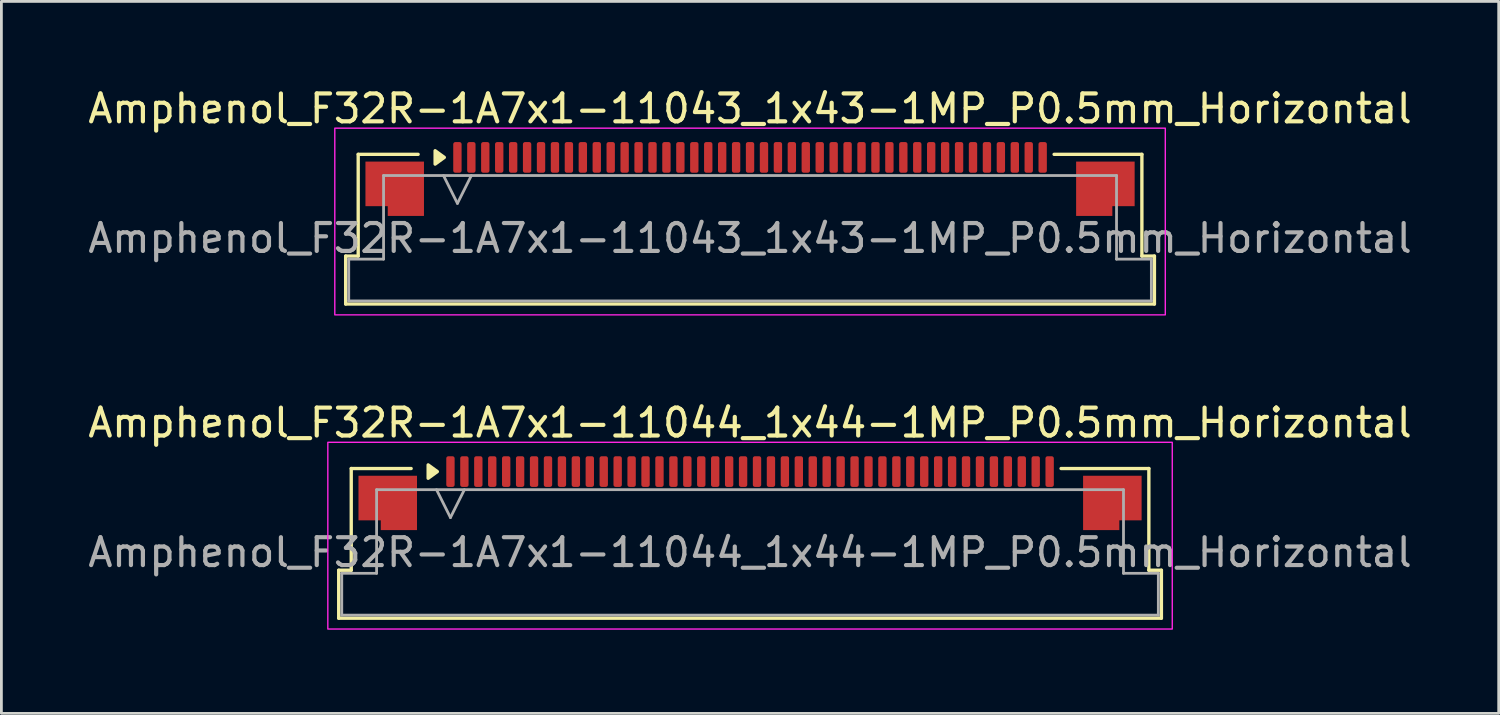
<source format=kicad_pcb>
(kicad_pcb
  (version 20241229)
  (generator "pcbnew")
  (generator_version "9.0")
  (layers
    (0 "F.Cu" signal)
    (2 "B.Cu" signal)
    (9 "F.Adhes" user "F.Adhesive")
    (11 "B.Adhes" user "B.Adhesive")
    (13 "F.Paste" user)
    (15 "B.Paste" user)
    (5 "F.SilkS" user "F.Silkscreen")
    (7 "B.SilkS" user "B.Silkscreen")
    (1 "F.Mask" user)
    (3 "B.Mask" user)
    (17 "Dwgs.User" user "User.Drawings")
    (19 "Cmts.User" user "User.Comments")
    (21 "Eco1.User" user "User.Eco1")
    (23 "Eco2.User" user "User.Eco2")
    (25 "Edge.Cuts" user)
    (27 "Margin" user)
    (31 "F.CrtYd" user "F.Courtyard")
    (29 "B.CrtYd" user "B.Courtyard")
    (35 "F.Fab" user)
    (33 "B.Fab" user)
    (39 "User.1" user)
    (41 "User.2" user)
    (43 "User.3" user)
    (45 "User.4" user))
  (footprint "Amphenol_F32R-1A7x1-11044_1x44-1MP_P0.5mm_Horizontal"
    (layer "F.Cu")
    (at 23.863 16.771)
    (property "Reference" "Amphenol_F32R-1A7x1-11044_1x44-1MP_P0.5mm_Horizontal" (at 0 -4.65 0) (layer "F.SilkS") (effects (font (size 1 1) (thickness 0.15))))
    (attr smd)
    (fp_line (start -14.76 0.64) (end -14.31 0.64) (stroke (width 0.12) (type solid)) (layer "F.SilkS"))
    (fp_line (start -14.76 2.36) (end -14.76 0.64) (stroke (width 0.12) (type solid)) (layer "F.SilkS"))
    (fp_line (start -14.31 -3.01) (end -12.16 -3.01) (stroke (width 0.12) (type solid)) (layer "F.SilkS"))
    (fp_line (start -14.31 0.64) (end -14.31 -3.01) (stroke (width 0.12) (type solid)) (layer "F.SilkS"))
    (fp_line (start 11.16 -3.01) (end 14.31 -3.01) (stroke (width 0.12) (type solid)) (layer "F.SilkS"))
    (fp_line (start 14.31 -3.01) (end 14.31 0.64) (stroke (width 0.12) (type solid)) (layer "F.SilkS"))
    (fp_line (start 14.31 0.64) (end 14.76 0.64) (stroke (width 0.12) (type solid)) (layer "F.SilkS"))
    (fp_line (start 14.76 0.64) (end 14.76 2.36) (stroke (width 0.12) (type solid)) (layer "F.SilkS"))
    (fp_line (start 14.76 2.36) (end -14.76 2.36) (stroke (width 0.12) (type solid)) (layer "F.SilkS"))
    (fp_poly (pts (xy -11.22 -2.9) (xy -11.55 -2.66) (xy -11.55 -3.14)) (stroke (width 0.12) (type solid)) (fill yes) (layer "F.SilkS"))
    (fp_rect (start -15.15 -3.95) (end 15.15 2.75) (stroke (width 0.05) (type solid)) (fill no) (layer "F.CrtYd"))
    (fp_line (start -14.65 0.75) (end -13.4 0.75) (stroke (width 0.1) (type solid)) (layer "F.Fab"))
    (fp_line (start -14.65 2.25) (end -14.65 0.75) (stroke (width 0.1) (type solid)) (layer "F.Fab"))
    (fp_line (start -13.4 -2.25) (end 13.4 -2.25) (stroke (width 0.1) (type solid)) (layer "F.Fab"))
    (fp_line (start -13.4 0.75) (end -13.4 -2.25) (stroke (width 0.1) (type solid)) (layer "F.Fab"))
    (fp_line (start -11.25 -2.25) (end -10.75 -1.25) (stroke (width 0.1) (type solid)) (layer "F.Fab"))
    (fp_line (start -10.75 -1.25) (end -10.25 -2.25) (stroke (width 0.1) (type solid)) (layer "F.Fab"))
    (fp_line (start 13.4 -2.25) (end 13.4 0.75) (stroke (width 0.1) (type solid)) (layer "F.Fab"))
    (fp_line (start 13.4 0.75) (end 14.65 0.75) (stroke (width 0.1) (type solid)) (layer "F.Fab"))
    (fp_line (start 14.65 0.75) (end 14.65 2.25) (stroke (width 0.1) (type solid)) (layer "F.Fab"))
    (fp_line (start 14.65 2.25) (end -14.65 2.25) (stroke (width 0.1) (type solid)) (layer "F.Fab"))
    (fp_text user "${REFERENCE}" (at 0 0 0) (layer "F.Fab") (effects (font (size 1 1) (thickness 0.15))))
    (pad "1" smd roundrect (at -10.75 -2.9) (size 0.3 1.1) (layers "F.Cu" "F.Mask" "F.Paste") (roundrect_rratio 0.25))
    (pad "2" smd roundrect (at -10.25 -2.9) (size 0.3 1.1) (layers "F.Cu" "F.Mask" "F.Paste") (roundrect_rratio 0.25))
    (pad "3" smd roundrect (at -9.75 -2.9) (size 0.3 1.1) (layers "F.Cu" "F.Mask" "F.Paste") (roundrect_rratio 0.25))
    (pad "4" smd roundrect (at -9.25 -2.9) (size 0.3 1.1) (layers "F.Cu" "F.Mask" "F.Paste") (roundrect_rratio 0.25))
    (pad "5" smd roundrect (at -8.75 -2.9) (size 0.3 1.1) (layers "F.Cu" "F.Mask" "F.Paste") (roundrect_rratio 0.25))
    (pad "6" smd roundrect (at -8.25 -2.9) (size 0.3 1.1) (layers "F.Cu" "F.Mask" "F.Paste") (roundrect_rratio 0.25))
    (pad "7" smd roundrect (at -7.75 -2.9) (size 0.3 1.1) (layers "F.Cu" "F.Mask" "F.Paste") (roundrect_rratio 0.25))
    (pad "8" smd roundrect (at -7.25 -2.9) (size 0.3 1.1) (layers "F.Cu" "F.Mask" "F.Paste") (roundrect_rratio 0.25))
    (pad "9" smd roundrect (at -6.75 -2.9) (size 0.3 1.1) (layers "F.Cu" "F.Mask" "F.Paste") (roundrect_rratio 0.25))
    (pad "10" smd roundrect (at -6.25 -2.9) (size 0.3 1.1) (layers "F.Cu" "F.Mask" "F.Paste") (roundrect_rratio 0.25))
    (pad "11" smd roundrect (at -5.75 -2.9) (size 0.3 1.1) (layers "F.Cu" "F.Mask" "F.Paste") (roundrect_rratio 0.25))
    (pad "12" smd roundrect (at -5.25 -2.9) (size 0.3 1.1) (layers "F.Cu" "F.Mask" "F.Paste") (roundrect_rratio 0.25))
    (pad "13" smd roundrect (at -4.75 -2.9) (size 0.3 1.1) (layers "F.Cu" "F.Mask" "F.Paste") (roundrect_rratio 0.25))
    (pad "14" smd roundrect (at -4.25 -2.9) (size 0.3 1.1) (layers "F.Cu" "F.Mask" "F.Paste") (roundrect_rratio 0.25))
    (pad "15" smd roundrect (at -3.75 -2.9) (size 0.3 1.1) (layers "F.Cu" "F.Mask" "F.Paste") (roundrect_rratio 0.25))
    (pad "16" smd roundrect (at -3.25 -2.9) (size 0.3 1.1) (layers "F.Cu" "F.Mask" "F.Paste") (roundrect_rratio 0.25))
    (pad "17" smd roundrect (at -2.75 -2.9) (size 0.3 1.1) (layers "F.Cu" "F.Mask" "F.Paste") (roundrect_rratio 0.25))
    (pad "18" smd roundrect (at -2.25 -2.9) (size 0.3 1.1) (layers "F.Cu" "F.Mask" "F.Paste") (roundrect_rratio 0.25))
    (pad "19" smd roundrect (at -1.75 -2.9) (size 0.3 1.1) (layers "F.Cu" "F.Mask" "F.Paste") (roundrect_rratio 0.25))
    (pad "20" smd roundrect (at -1.25 -2.9) (size 0.3 1.1) (layers "F.Cu" "F.Mask" "F.Paste") (roundrect_rratio 0.25))
    (pad "21" smd roundrect (at -0.75 -2.9) (size 0.3 1.1) (layers "F.Cu" "F.Mask" "F.Paste") (roundrect_rratio 0.25))
    (pad "22" smd roundrect (at -0.25 -2.9) (size 0.3 1.1) (layers "F.Cu" "F.Mask" "F.Paste") (roundrect_rratio 0.25))
    (pad "23" smd roundrect (at 0.25 -2.9) (size 0.3 1.1) (layers "F.Cu" "F.Mask" "F.Paste") (roundrect_rratio 0.25))
    (pad "24" smd roundrect (at 0.75 -2.9) (size 0.3 1.1) (layers "F.Cu" "F.Mask" "F.Paste") (roundrect_rratio 0.25))
    (pad "25" smd roundrect (at 1.25 -2.9) (size 0.3 1.1) (layers "F.Cu" "F.Mask" "F.Paste") (roundrect_rratio 0.25))
    (pad "26" smd roundrect (at 1.75 -2.9) (size 0.3 1.1) (layers "F.Cu" "F.Mask" "F.Paste") (roundrect_rratio 0.25))
    (pad "27" smd roundrect (at 2.25 -2.9) (size 0.3 1.1) (layers "F.Cu" "F.Mask" "F.Paste") (roundrect_rratio 0.25))
    (pad "28" smd roundrect (at 2.75 -2.9) (size 0.3 1.1) (layers "F.Cu" "F.Mask" "F.Paste") (roundrect_rratio 0.25))
    (pad "29" smd roundrect (at 3.25 -2.9) (size 0.3 1.1) (layers "F.Cu" "F.Mask" "F.Paste") (roundrect_rratio 0.25))
    (pad "30" smd roundrect (at 3.75 -2.9) (size 0.3 1.1) (layers "F.Cu" "F.Mask" "F.Paste") (roundrect_rratio 0.25))
    (pad "31" smd roundrect (at 4.25 -2.9) (size 0.3 1.1) (layers "F.Cu" "F.Mask" "F.Paste") (roundrect_rratio 0.25))
    (pad "32" smd roundrect (at 4.75 -2.9) (size 0.3 1.1) (layers "F.Cu" "F.Mask" "F.Paste") (roundrect_rratio 0.25))
    (pad "33" smd roundrect (at 5.25 -2.9) (size 0.3 1.1) (layers "F.Cu" "F.Mask" "F.Paste") (roundrect_rratio 0.25))
    (pad "34" smd roundrect (at 5.75 -2.9) (size 0.3 1.1) (layers "F.Cu" "F.Mask" "F.Paste") (roundrect_rratio 0.25))
    (pad "35" smd roundrect (at 6.25 -2.9) (size 0.3 1.1) (layers "F.Cu" "F.Mask" "F.Paste") (roundrect_rratio 0.25))
    (pad "36" smd roundrect (at 6.75 -2.9) (size 0.3 1.1) (layers "F.Cu" "F.Mask" "F.Paste") (roundrect_rratio 0.25))
    (pad "37" smd roundrect (at 7.25 -2.9) (size 0.3 1.1) (layers "F.Cu" "F.Mask" "F.Paste") (roundrect_rratio 0.25))
    (pad "38" smd roundrect (at 7.75 -2.9) (size 0.3 1.1) (layers "F.Cu" "F.Mask" "F.Paste") (roundrect_rratio 0.25))
    (pad "39" smd roundrect (at 8.25 -2.9) (size 0.3 1.1) (layers "F.Cu" "F.Mask" "F.Paste") (roundrect_rratio 0.25))
    (pad "40" smd roundrect (at 8.75 -2.9) (size 0.3 1.1) (layers "F.Cu" "F.Mask" "F.Paste") (roundrect_rratio 0.25))
    (pad "41" smd roundrect (at 9.25 -2.9) (size 0.3 1.1) (layers "F.Cu" "F.Mask" "F.Paste") (roundrect_rratio 0.25))
    (pad "42" smd roundrect (at 9.75 -2.9) (size 0.3 1.1) (layers "F.Cu" "F.Mask" "F.Paste") (roundrect_rratio 0.25))
    (pad "43" smd roundrect (at 10.25 -2.9) (size 0.3 1.1) (layers "F.Cu" "F.Mask" "F.Paste") (roundrect_rratio 0.25))
    (pad "44" smd roundrect (at 10.75 -2.9) (size 0.3 1.1) (layers "F.Cu" "F.Mask" "F.Paste") (roundrect_rratio 0.25))
    (pad "MP" smd custom (at -13 -1.775) (size 1 1) (layers "F.Cu" "F.Mask" "F.Paste") (options (anchor circle)) (primitives (gr_poly (pts (xy 1.05 -0.975) (xy 1.05 0.975) (xy -0.25 0.975) (xy -0.25 0.625) (xy -1.05 0.625) (xy -1.05 -0.975)) (width 0) (fill yes))))
    (pad "MP" smd custom (at 13 -1.775) (size 1 1) (layers "F.Cu" "F.Mask" "F.Paste") (options (anchor circle)) (primitives (gr_poly (pts (xy -1.05 -0.975) (xy -1.05 0.975) (xy 0.25 0.975) (xy 0.25 0.625) (xy 1.05 0.625) (xy 1.05 -0.975)) (width 0) (fill yes)))))
  (footprint "Amphenol_F32R-1A7x1-11043_1x43-1MP_P0.5mm_Horizontal"
    (layer "F.Cu")
    (at 23.863 5.498)
    (property "Reference" "Amphenol_F32R-1A7x1-11043_1x43-1MP_P0.5mm_Horizontal" (at 0 -4.65 0) (layer "F.SilkS") (effects (font (size 1 1) (thickness 0.15))))
    (attr smd)
    (fp_line (start -14.51 0.64) (end -14.06 0.64) (stroke (width 0.12) (type solid)) (layer "F.SilkS"))
    (fp_line (start -14.51 2.36) (end -14.51 0.64) (stroke (width 0.12) (type solid)) (layer "F.SilkS"))
    (fp_line (start -14.06 -3.01) (end -11.91 -3.01) (stroke (width 0.12) (type solid)) (layer "F.SilkS"))
    (fp_line (start -14.06 0.64) (end -14.06 -3.01) (stroke (width 0.12) (type solid)) (layer "F.SilkS"))
    (fp_line (start 10.91 -3.01) (end 14.06 -3.01) (stroke (width 0.12) (type solid)) (layer "F.SilkS"))
    (fp_line (start 14.06 -3.01) (end 14.06 0.64) (stroke (width 0.12) (type solid)) (layer "F.SilkS"))
    (fp_line (start 14.06 0.64) (end 14.51 0.64) (stroke (width 0.12) (type solid)) (layer "F.SilkS"))
    (fp_line (start 14.51 0.64) (end 14.51 2.36) (stroke (width 0.12) (type solid)) (layer "F.SilkS"))
    (fp_line (start 14.51 2.36) (end -14.51 2.36) (stroke (width 0.12) (type solid)) (layer "F.SilkS"))
    (fp_poly (pts (xy -10.97 -2.9) (xy -11.3 -2.66) (xy -11.3 -3.14)) (stroke (width 0.12) (type solid)) (fill yes) (layer "F.SilkS"))
    (fp_rect (start -14.9 -3.95) (end 14.9 2.75) (stroke (width 0.05) (type solid)) (fill no) (layer "F.CrtYd"))
    (fp_line (start -14.4 0.75) (end -13.15 0.75) (stroke (width 0.1) (type solid)) (layer "F.Fab"))
    (fp_line (start -14.4 2.25) (end -14.4 0.75) (stroke (width 0.1) (type solid)) (layer "F.Fab"))
    (fp_line (start -13.15 -2.25) (end 13.15 -2.25) (stroke (width 0.1) (type solid)) (layer "F.Fab"))
    (fp_line (start -13.15 0.75) (end -13.15 -2.25) (stroke (width 0.1) (type solid)) (layer "F.Fab"))
    (fp_line (start -11 -2.25) (end -10.5 -1.25) (stroke (width 0.1) (type solid)) (layer "F.Fab"))
    (fp_line (start -10.5 -1.25) (end -10 -2.25) (stroke (width 0.1) (type solid)) (layer "F.Fab"))
    (fp_line (start 13.15 -2.25) (end 13.15 0.75) (stroke (width 0.1) (type solid)) (layer "F.Fab"))
    (fp_line (start 13.15 0.75) (end 14.4 0.75) (stroke (width 0.1) (type solid)) (layer "F.Fab"))
    (fp_line (start 14.4 0.75) (end 14.4 2.25) (stroke (width 0.1) (type solid)) (layer "F.Fab"))
    (fp_line (start 14.4 2.25) (end -14.4 2.25) (stroke (width 0.1) (type solid)) (layer "F.Fab"))
    (fp_text user "${REFERENCE}" (at 0 0 0) (layer "F.Fab") (effects (font (size 1 1) (thickness 0.15))))
    (pad "1" smd roundrect (at -10.5 -2.9) (size 0.3 1.1) (layers "F.Cu" "F.Mask" "F.Paste") (roundrect_rratio 0.25))
    (pad "2" smd roundrect (at -10 -2.9) (size 0.3 1.1) (layers "F.Cu" "F.Mask" "F.Paste") (roundrect_rratio 0.25))
    (pad "3" smd roundrect (at -9.5 -2.9) (size 0.3 1.1) (layers "F.Cu" "F.Mask" "F.Paste") (roundrect_rratio 0.25))
    (pad "4" smd roundrect (at -9 -2.9) (size 0.3 1.1) (layers "F.Cu" "F.Mask" "F.Paste") (roundrect_rratio 0.25))
    (pad "5" smd roundrect (at -8.5 -2.9) (size 0.3 1.1) (layers "F.Cu" "F.Mask" "F.Paste") (roundrect_rratio 0.25))
    (pad "6" smd roundrect (at -8 -2.9) (size 0.3 1.1) (layers "F.Cu" "F.Mask" "F.Paste") (roundrect_rratio 0.25))
    (pad "7" smd roundrect (at -7.5 -2.9) (size 0.3 1.1) (layers "F.Cu" "F.Mask" "F.Paste") (roundrect_rratio 0.25))
    (pad "8" smd roundrect (at -7 -2.9) (size 0.3 1.1) (layers "F.Cu" "F.Mask" "F.Paste") (roundrect_rratio 0.25))
    (pad "9" smd roundrect (at -6.5 -2.9) (size 0.3 1.1) (layers "F.Cu" "F.Mask" "F.Paste") (roundrect_rratio 0.25))
    (pad "10" smd roundrect (at -6 -2.9) (size 0.3 1.1) (layers "F.Cu" "F.Mask" "F.Paste") (roundrect_rratio 0.25))
    (pad "11" smd roundrect (at -5.5 -2.9) (size 0.3 1.1) (layers "F.Cu" "F.Mask" "F.Paste") (roundrect_rratio 0.25))
    (pad "12" smd roundrect (at -5 -2.9) (size 0.3 1.1) (layers "F.Cu" "F.Mask" "F.Paste") (roundrect_rratio 0.25))
    (pad "13" smd roundrect (at -4.5 -2.9) (size 0.3 1.1) (layers "F.Cu" "F.Mask" "F.Paste") (roundrect_rratio 0.25))
    (pad "14" smd roundrect (at -4 -2.9) (size 0.3 1.1) (layers "F.Cu" "F.Mask" "F.Paste") (roundrect_rratio 0.25))
    (pad "15" smd roundrect (at -3.5 -2.9) (size 0.3 1.1) (layers "F.Cu" "F.Mask" "F.Paste") (roundrect_rratio 0.25))
    (pad "16" smd roundrect (at -3 -2.9) (size 0.3 1.1) (layers "F.Cu" "F.Mask" "F.Paste") (roundrect_rratio 0.25))
    (pad "17" smd roundrect (at -2.5 -2.9) (size 0.3 1.1) (layers "F.Cu" "F.Mask" "F.Paste") (roundrect_rratio 0.25))
    (pad "18" smd roundrect (at -2 -2.9) (size 0.3 1.1) (layers "F.Cu" "F.Mask" "F.Paste") (roundrect_rratio 0.25))
    (pad "19" smd roundrect (at -1.5 -2.9) (size 0.3 1.1) (layers "F.Cu" "F.Mask" "F.Paste") (roundrect_rratio 0.25))
    (pad "20" smd roundrect (at -1 -2.9) (size 0.3 1.1) (layers "F.Cu" "F.Mask" "F.Paste") (roundrect_rratio 0.25))
    (pad "21" smd roundrect (at -0.5 -2.9) (size 0.3 1.1) (layers "F.Cu" "F.Mask" "F.Paste") (roundrect_rratio 0.25))
    (pad "22" smd roundrect (at 0 -2.9) (size 0.3 1.1) (layers "F.Cu" "F.Mask" "F.Paste") (roundrect_rratio 0.25))
    (pad "23" smd roundrect (at 0.5 -2.9) (size 0.3 1.1) (layers "F.Cu" "F.Mask" "F.Paste") (roundrect_rratio 0.25))
    (pad "24" smd roundrect (at 1 -2.9) (size 0.3 1.1) (layers "F.Cu" "F.Mask" "F.Paste") (roundrect_rratio 0.25))
    (pad "25" smd roundrect (at 1.5 -2.9) (size 0.3 1.1) (layers "F.Cu" "F.Mask" "F.Paste") (roundrect_rratio 0.25))
    (pad "26" smd roundrect (at 2 -2.9) (size 0.3 1.1) (layers "F.Cu" "F.Mask" "F.Paste") (roundrect_rratio 0.25))
    (pad "27" smd roundrect (at 2.5 -2.9) (size 0.3 1.1) (layers "F.Cu" "F.Mask" "F.Paste") (roundrect_rratio 0.25))
    (pad "28" smd roundrect (at 3 -2.9) (size 0.3 1.1) (layers "F.Cu" "F.Mask" "F.Paste") (roundrect_rratio 0.25))
    (pad "29" smd roundrect (at 3.5 -2.9) (size 0.3 1.1) (layers "F.Cu" "F.Mask" "F.Paste") (roundrect_rratio 0.25))
    (pad "30" smd roundrect (at 4 -2.9) (size 0.3 1.1) (layers "F.Cu" "F.Mask" "F.Paste") (roundrect_rratio 0.25))
    (pad "31" smd roundrect (at 4.5 -2.9) (size 0.3 1.1) (layers "F.Cu" "F.Mask" "F.Paste") (roundrect_rratio 0.25))
    (pad "32" smd roundrect (at 5 -2.9) (size 0.3 1.1) (layers "F.Cu" "F.Mask" "F.Paste") (roundrect_rratio 0.25))
    (pad "33" smd roundrect (at 5.5 -2.9) (size 0.3 1.1) (layers "F.Cu" "F.Mask" "F.Paste") (roundrect_rratio 0.25))
    (pad "34" smd roundrect (at 6 -2.9) (size 0.3 1.1) (layers "F.Cu" "F.Mask" "F.Paste") (roundrect_rratio 0.25))
    (pad "35" smd roundrect (at 6.5 -2.9) (size 0.3 1.1) (layers "F.Cu" "F.Mask" "F.Paste") (roundrect_rratio 0.25))
    (pad "36" smd roundrect (at 7 -2.9) (size 0.3 1.1) (layers "F.Cu" "F.Mask" "F.Paste") (roundrect_rratio 0.25))
    (pad "37" smd roundrect (at 7.5 -2.9) (size 0.3 1.1) (layers "F.Cu" "F.Mask" "F.Paste") (roundrect_rratio 0.25))
    (pad "38" smd roundrect (at 8 -2.9) (size 0.3 1.1) (layers "F.Cu" "F.Mask" "F.Paste") (roundrect_rratio 0.25))
    (pad "39" smd roundrect (at 8.5 -2.9) (size 0.3 1.1) (layers "F.Cu" "F.Mask" "F.Paste") (roundrect_rratio 0.25))
    (pad "40" smd roundrect (at 9 -2.9) (size 0.3 1.1) (layers "F.Cu" "F.Mask" "F.Paste") (roundrect_rratio 0.25))
    (pad "41" smd roundrect (at 9.5 -2.9) (size 0.3 1.1) (layers "F.Cu" "F.Mask" "F.Paste") (roundrect_rratio 0.25))
    (pad "42" smd roundrect (at 10 -2.9) (size 0.3 1.1) (layers "F.Cu" "F.Mask" "F.Paste") (roundrect_rratio 0.25))
    (pad "43" smd roundrect (at 10.5 -2.9) (size 0.3 1.1) (layers "F.Cu" "F.Mask" "F.Paste") (roundrect_rratio 0.25))
    (pad "MP" smd custom (at -12.75 -1.775) (size 1 1) (layers "F.Cu" "F.Mask" "F.Paste") (options (anchor circle)) (primitives (gr_poly (pts (xy 1.05 -0.975) (xy 1.05 0.975) (xy -0.25 0.975) (xy -0.25 0.625) (xy -1.05 0.625) (xy -1.05 -0.975)) (width 0) (fill yes))))
    (pad "MP" smd custom (at 12.75 -1.775) (size 1 1) (layers "F.Cu" "F.Mask" "F.Paste") (options (anchor circle)) (primitives (gr_poly (pts (xy -1.05 -0.975) (xy -1.05 0.975) (xy 0.25 0.975) (xy 0.25 0.625) (xy 1.05 0.625) (xy 1.05 -0.975)) (width 0) (fill yes)))))
  (gr_rect
    (start -3 -3)
    (end 50.726 22.547)
    (stroke (width 0.1) (type default))
    (fill no)
    (layer "Edge.Cuts")))
</source>
